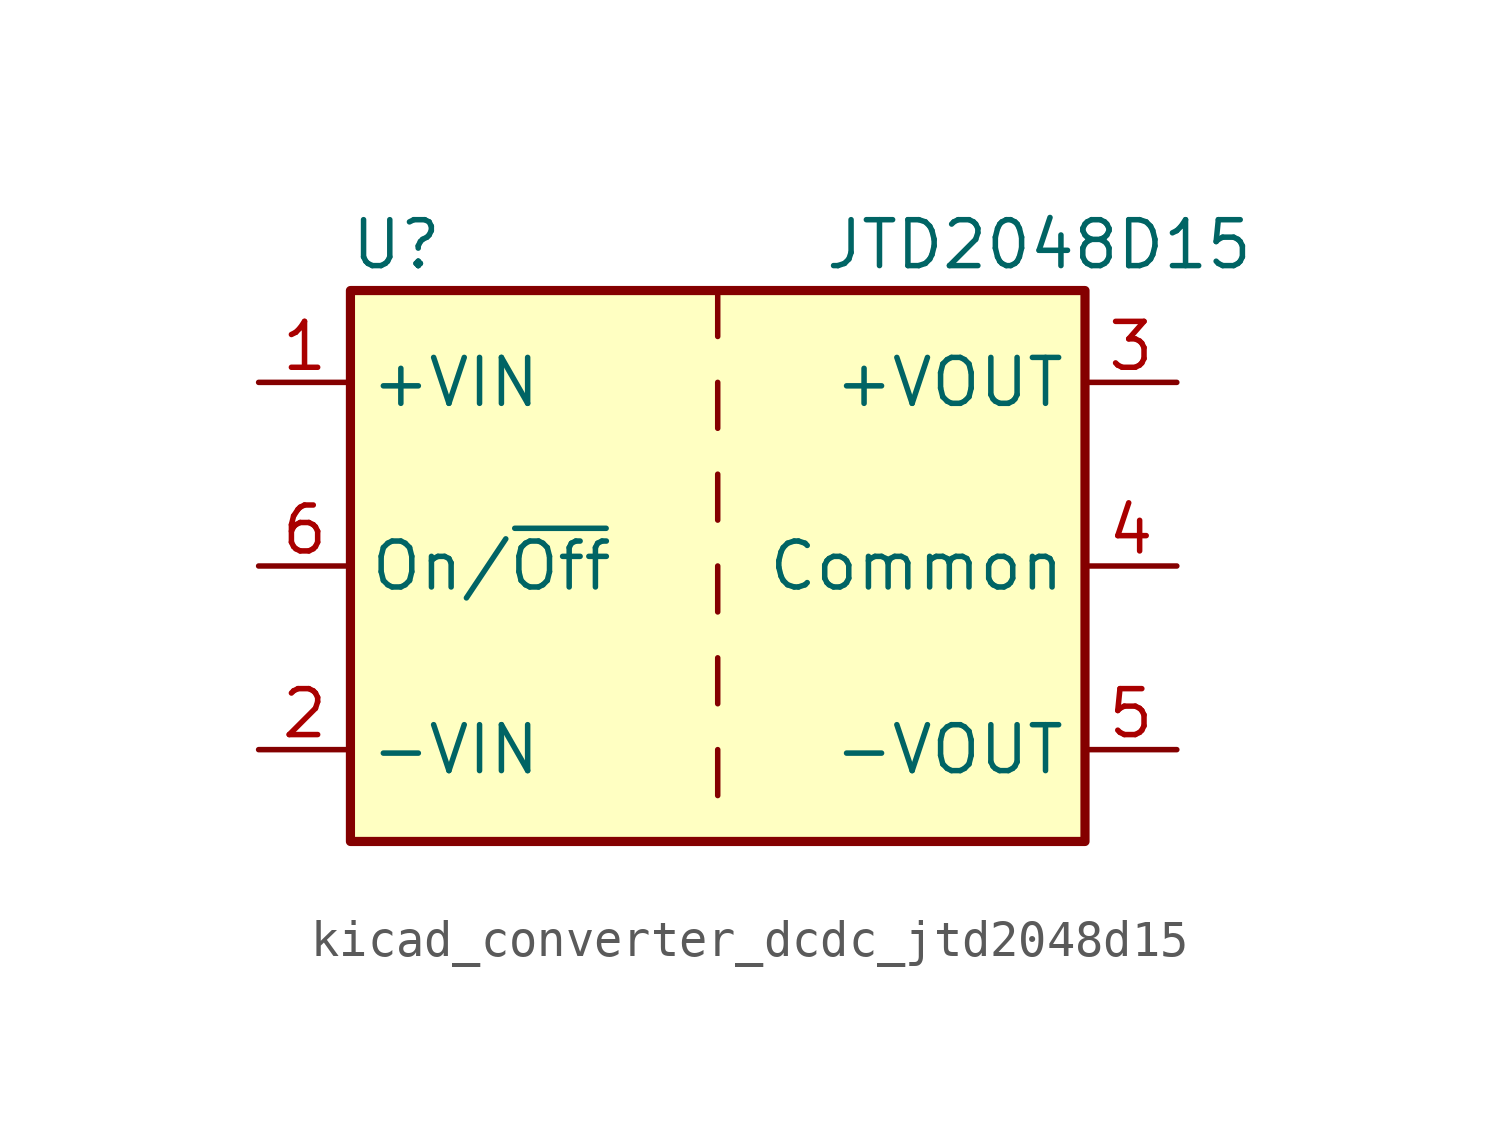
<source format=kicad_sym>
(kicad_symbol_lib
  (version 20220914)
  (generator kicad_symbol_editor)
  (symbol "kicad_converter_dcdc_jtd2048d15"
    (property "Reference" "U"
      (at -8.89 8.89 0)
      (effects (font (size 1.27 1.27))))
    (property "Value" "JTD2048D15"
      (at 8.89 8.89 0)
      (effects (font (size 1.27 1.27))))
    (symbol "kicad_converter_dcdc_jtd2048d15_0_1"
      (rectangle (start -10.16 7.62) (end 10.16 -7.62) (stroke (width 0.254) (type default)) (fill (type background)))
      (polyline (pts (xy 0 -5.08) (xy 0 -6.35)) (stroke (width 0) (type default)) (fill (type none)))
      (polyline (pts (xy 0 -2.54) (xy 0 -3.81)) (stroke (width 0) (type default)) (fill (type none)))
      (polyline (pts (xy 0 0) (xy 0 -1.27)) (stroke (width 0) (type default)) (fill (type none)))
      (polyline (pts (xy 0 2.54) (xy 0 1.27)) (stroke (width 0) (type default)) (fill (type none)))
      (polyline (pts (xy 0 5.08) (xy 0 3.81)) (stroke (width 0) (type default)) (fill (type none)))
      (polyline (pts (xy 0 7.62) (xy 0 6.35)) (stroke (width 0) (type default)) (fill (type none))))
    (symbol "kicad_converter_dcdc_jtd2048d15_1_1"
      (pin power_in line (at -12.7 5.08 0) (length 2.54) (name "+VIN" (effects (font (size 1.27 1.27)))) (number "1" (effects (font (size 1.27 1.27)))))
      (pin power_in line (at -12.7 -5.08 0) (length 2.54) (name "-VIN" (effects (font (size 1.27 1.27)))) (number "2" (effects (font (size 1.27 1.27)))))
      (pin power_out line (at 12.7 5.08 180) (length 2.54) (name "+VOUT" (effects (font (size 1.27 1.27)))) (number "3" (effects (font (size 1.27 1.27)))))
      (pin power_out line (at 12.7 0 180) (length 2.54) (name "Common" (effects (font (size 1.27 1.27)))) (number "4" (effects (font (size 1.27 1.27)))))
      (pin power_out line (at 12.7 -5.08 180) (length 2.54) (name "-VOUT" (effects (font (size 1.27 1.27)))) (number "5" (effects (font (size 1.27 1.27)))))
      (pin input line (at -12.7 0 0) (length 2.54) (name "On/~{Off}" (effects (font (size 1.27 1.27)))) (number "6" (effects (font (size 1.27 1.27))))))))
</source>
